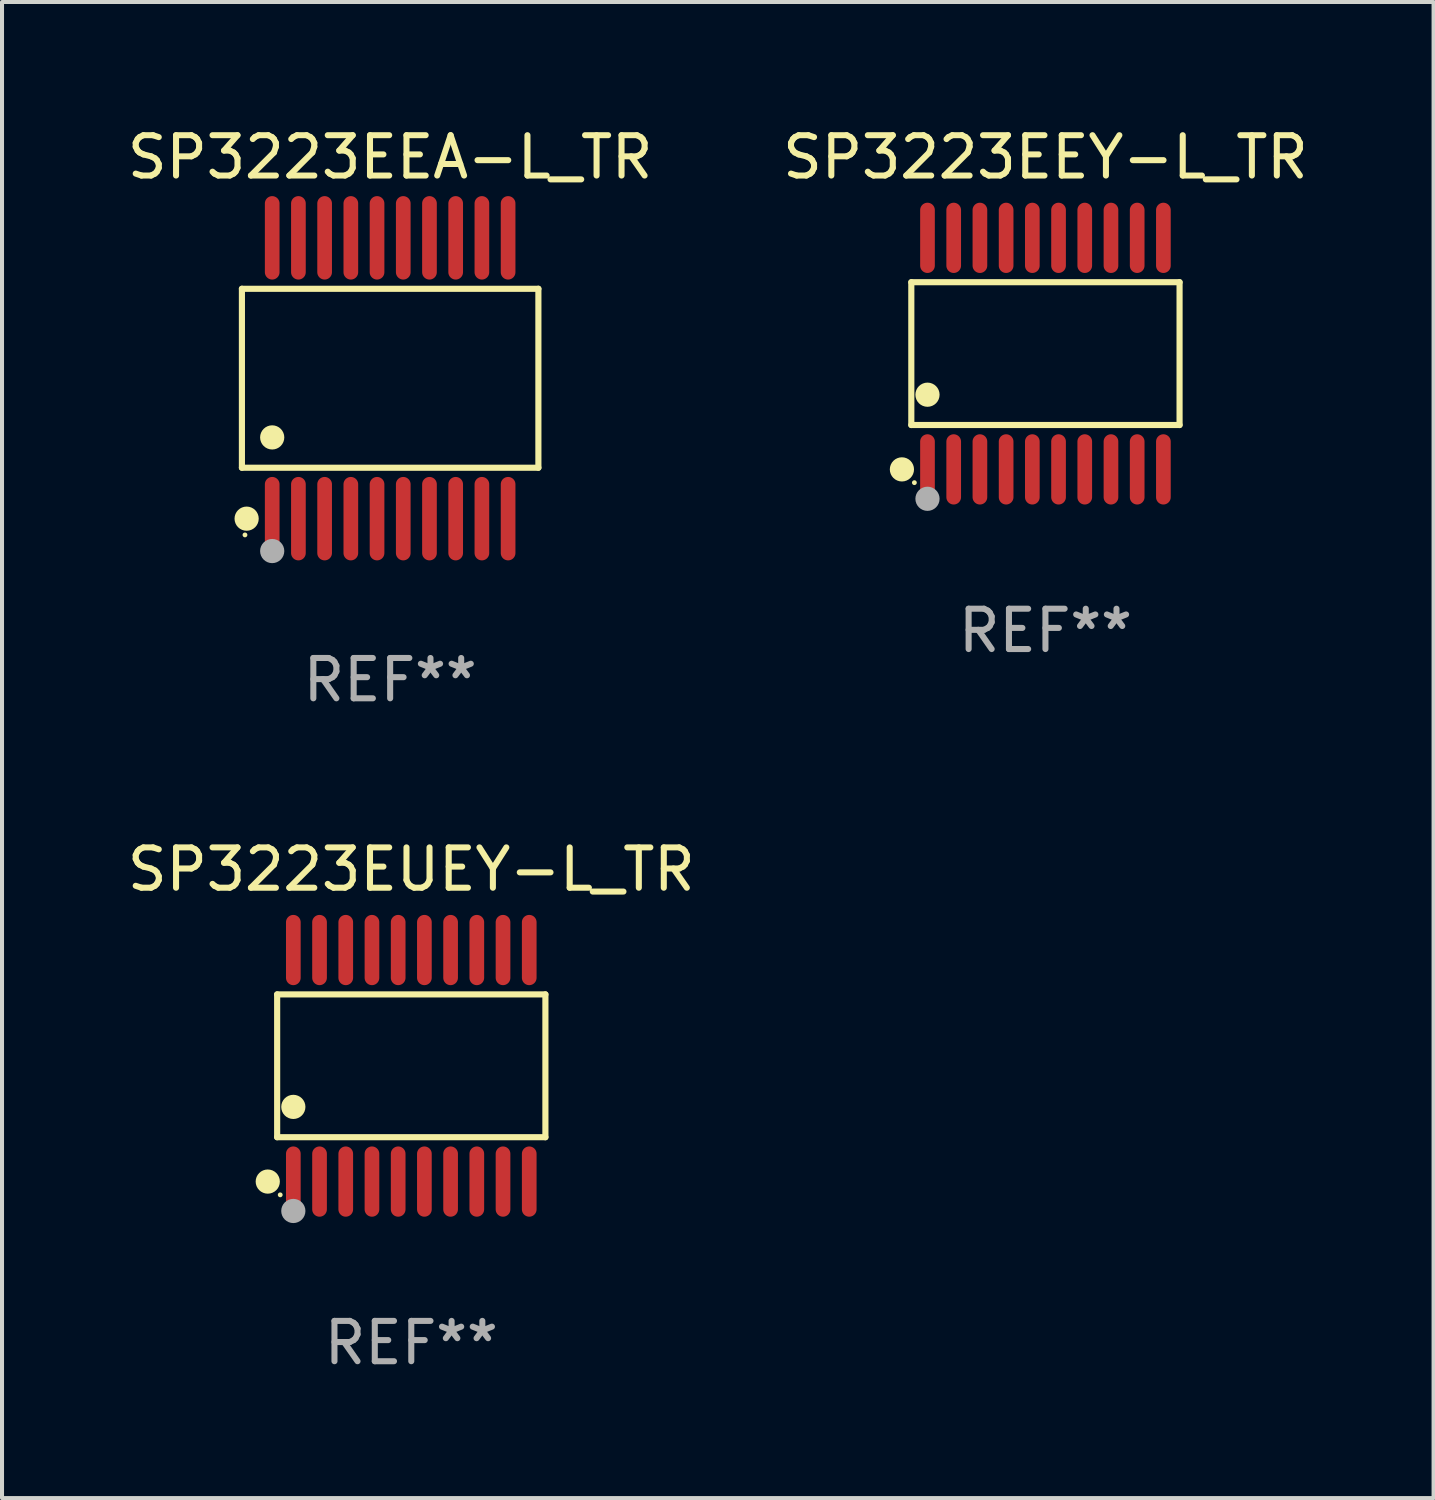
<source format=kicad_pcb>
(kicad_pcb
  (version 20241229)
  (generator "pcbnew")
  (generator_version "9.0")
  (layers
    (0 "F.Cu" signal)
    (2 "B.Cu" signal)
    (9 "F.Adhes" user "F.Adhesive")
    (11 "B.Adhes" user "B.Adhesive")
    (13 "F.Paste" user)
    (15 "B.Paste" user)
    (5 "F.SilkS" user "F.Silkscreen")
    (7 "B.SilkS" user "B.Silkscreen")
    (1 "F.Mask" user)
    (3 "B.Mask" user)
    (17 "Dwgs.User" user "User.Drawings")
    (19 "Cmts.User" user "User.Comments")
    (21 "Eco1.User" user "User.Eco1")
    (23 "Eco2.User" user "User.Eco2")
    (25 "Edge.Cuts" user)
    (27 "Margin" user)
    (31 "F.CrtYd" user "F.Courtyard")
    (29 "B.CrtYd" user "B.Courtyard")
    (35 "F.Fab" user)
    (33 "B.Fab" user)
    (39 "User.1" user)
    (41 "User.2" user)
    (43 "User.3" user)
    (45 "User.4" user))
  (footprint "SP3223EEY-L_TR"
    (layer "F.Cu")
    (at 22.875 5.719)
    (property "Reference" "SP3223EEY-L_TR" (at 0 -4.871 0) (layer "F.SilkS") (effects (font (size 1 1) (thickness 0.15))))
    (attr through_hole)
    (fp_line (start -3.326 -1.771) (end 3.326 -1.771) (stroke (width 0.152) (type solid)) (layer "F.SilkS"))
    (fp_line (start -3.326 1.771) (end -3.326 -1.771) (stroke (width 0.152) (type solid)) (layer "F.SilkS"))
    (fp_line (start 3.326 -1.771) (end 3.326 1.771) (stroke (width 0.152) (type solid)) (layer "F.SilkS"))
    (fp_line (start 3.326 1.771) (end -3.326 1.771) (stroke (width 0.152) (type solid)) (layer "F.SilkS"))
    (fp_circle (center -3.559 2.871) (end -3.409 2.871) (stroke (width 0.3) (type solid)) (fill no) (layer "F.SilkS"))
    (fp_circle (center -3.25 3.2) (end -3.22 3.2) (stroke (width 0.06) (type solid)) (fill no) (layer "F.SilkS"))
    (fp_circle (center -2.925 1.019) (end -2.775 1.019) (stroke (width 0.3) (type solid)) (fill no) (layer "F.SilkS"))
    (fp_circle (center -2.925 3.6) (end -2.775 3.6) (stroke (width 0.3) (type solid)) (fill no) (layer "F.Fab"))
    (fp_text user "REF**" (at 0 6.871 0) (layer "F.Fab") (effects (font (size 1 1) (thickness 0.15))))
    (pad "1" smd oval (at -2.925 2.871) (size 0.364 1.742) (layers "F.Cu" "F.Mask" "F.Paste"))
    (pad "2" smd oval (at -2.275 2.871) (size 0.364 1.742) (layers "F.Cu" "F.Mask" "F.Paste"))
    (pad "3" smd oval (at -1.625 2.871) (size 0.364 1.742) (layers "F.Cu" "F.Mask" "F.Paste"))
    (pad "4" smd oval (at -0.975 2.871) (size 0.364 1.742) (layers "F.Cu" "F.Mask" "F.Paste"))
    (pad "5" smd oval (at -0.325 2.871) (size 0.364 1.742) (layers "F.Cu" "F.Mask" "F.Paste"))
    (pad "6" smd oval (at 0.325 2.871) (size 0.364 1.742) (layers "F.Cu" "F.Mask" "F.Paste"))
    (pad "7" smd oval (at 0.975 2.871) (size 0.364 1.742) (layers "F.Cu" "F.Mask" "F.Paste"))
    (pad "8" smd oval (at 1.625 2.871) (size 0.364 1.742) (layers "F.Cu" "F.Mask" "F.Paste"))
    (pad "9" smd oval (at 2.275 2.871) (size 0.364 1.742) (layers "F.Cu" "F.Mask" "F.Paste"))
    (pad "10" smd oval (at 2.925 2.871) (size 0.364 1.742) (layers "F.Cu" "F.Mask" "F.Paste"))
    (pad "11" smd oval (at 2.925 -2.871) (size 0.364 1.742) (layers "F.Cu" "F.Mask" "F.Paste"))
    (pad "12" smd oval (at 2.275 -2.871) (size 0.364 1.742) (layers "F.Cu" "F.Mask" "F.Paste"))
    (pad "13" smd oval (at 1.625 -2.871) (size 0.364 1.742) (layers "F.Cu" "F.Mask" "F.Paste"))
    (pad "14" smd oval (at 0.975 -2.871) (size 0.364 1.742) (layers "F.Cu" "F.Mask" "F.Paste"))
    (pad "15" smd oval (at 0.325 -2.871) (size 0.364 1.742) (layers "F.Cu" "F.Mask" "F.Paste"))
    (pad "16" smd oval (at -0.325 -2.871) (size 0.364 1.742) (layers "F.Cu" "F.Mask" "F.Paste"))
    (pad "17" smd oval (at -0.975 -2.871) (size 0.364 1.742) (layers "F.Cu" "F.Mask" "F.Paste"))
    (pad "18" smd oval (at -1.625 -2.871) (size 0.364 1.742) (layers "F.Cu" "F.Mask" "F.Paste"))
    (pad "19" smd oval (at -2.275 -2.871) (size 0.364 1.742) (layers "F.Cu" "F.Mask" "F.Paste"))
    (pad "20" smd oval (at -2.925 -2.871) (size 0.364 1.742) (layers "F.Cu" "F.Mask" "F.Paste")))
  (footprint "SP3223EUEY-L_TR"
    (layer "F.Cu")
    (at 7.149 23.38)
    (property "Reference" "SP3223EUEY-L_TR" (at 0 -4.871 0) (layer "F.SilkS") (effects (font (size 1 1) (thickness 0.15))))
    (attr through_hole)
    (fp_line (start -3.326 -1.771) (end 3.326 -1.771) (stroke (width 0.152) (type solid)) (layer "F.SilkS"))
    (fp_line (start -3.326 1.771) (end -3.326 -1.771) (stroke (width 0.152) (type solid)) (layer "F.SilkS"))
    (fp_line (start 3.326 -1.771) (end 3.326 1.771) (stroke (width 0.152) (type solid)) (layer "F.SilkS"))
    (fp_line (start 3.326 1.771) (end -3.326 1.771) (stroke (width 0.152) (type solid)) (layer "F.SilkS"))
    (fp_circle (center -3.559 2.871) (end -3.409 2.871) (stroke (width 0.3) (type solid)) (fill no) (layer "F.SilkS"))
    (fp_circle (center -3.25 3.2) (end -3.22 3.2) (stroke (width 0.06) (type solid)) (fill no) (layer "F.SilkS"))
    (fp_circle (center -2.925 1.019) (end -2.775 1.019) (stroke (width 0.3) (type solid)) (fill no) (layer "F.SilkS"))
    (fp_circle (center -2.925 3.6) (end -2.775 3.6) (stroke (width 0.3) (type solid)) (fill no) (layer "F.Fab"))
    (fp_text user "REF**" (at 0 6.871 0) (layer "F.Fab") (effects (font (size 1 1) (thickness 0.15))))
    (pad "1" smd oval (at -2.925 2.871) (size 0.364 1.742) (layers "F.Cu" "F.Mask" "F.Paste"))
    (pad "2" smd oval (at -2.275 2.871) (size 0.364 1.742) (layers "F.Cu" "F.Mask" "F.Paste"))
    (pad "3" smd oval (at -1.625 2.871) (size 0.364 1.742) (layers "F.Cu" "F.Mask" "F.Paste"))
    (pad "4" smd oval (at -0.975 2.871) (size 0.364 1.742) (layers "F.Cu" "F.Mask" "F.Paste"))
    (pad "5" smd oval (at -0.325 2.871) (size 0.364 1.742) (layers "F.Cu" "F.Mask" "F.Paste"))
    (pad "6" smd oval (at 0.325 2.871) (size 0.364 1.742) (layers "F.Cu" "F.Mask" "F.Paste"))
    (pad "7" smd oval (at 0.975 2.871) (size 0.364 1.742) (layers "F.Cu" "F.Mask" "F.Paste"))
    (pad "8" smd oval (at 1.625 2.871) (size 0.364 1.742) (layers "F.Cu" "F.Mask" "F.Paste"))
    (pad "9" smd oval (at 2.275 2.871) (size 0.364 1.742) (layers "F.Cu" "F.Mask" "F.Paste"))
    (pad "10" smd oval (at 2.925 2.871) (size 0.364 1.742) (layers "F.Cu" "F.Mask" "F.Paste"))
    (pad "11" smd oval (at 2.925 -2.871) (size 0.364 1.742) (layers "F.Cu" "F.Mask" "F.Paste"))
    (pad "12" smd oval (at 2.275 -2.871) (size 0.364 1.742) (layers "F.Cu" "F.Mask" "F.Paste"))
    (pad "13" smd oval (at 1.625 -2.871) (size 0.364 1.742) (layers "F.Cu" "F.Mask" "F.Paste"))
    (pad "14" smd oval (at 0.975 -2.871) (size 0.364 1.742) (layers "F.Cu" "F.Mask" "F.Paste"))
    (pad "15" smd oval (at 0.325 -2.871) (size 0.364 1.742) (layers "F.Cu" "F.Mask" "F.Paste"))
    (pad "16" smd oval (at -0.325 -2.871) (size 0.364 1.742) (layers "F.Cu" "F.Mask" "F.Paste"))
    (pad "17" smd oval (at -0.975 -2.871) (size 0.364 1.742) (layers "F.Cu" "F.Mask" "F.Paste"))
    (pad "18" smd oval (at -1.625 -2.871) (size 0.364 1.742) (layers "F.Cu" "F.Mask" "F.Paste"))
    (pad "19" smd oval (at -2.275 -2.871) (size 0.364 1.742) (layers "F.Cu" "F.Mask" "F.Paste"))
    (pad "20" smd oval (at -2.925 -2.871) (size 0.364 1.742) (layers "F.Cu" "F.Mask" "F.Paste")))
  (footprint "SP3223EEA-L_TR"
    (layer "F.Cu")
    (at 6.625 6.33)
    (property "Reference" "SP3223EEA-L_TR" (at 0 -5.482 0) (layer "F.SilkS") (effects (font (size 1 1) (thickness 0.15))))
    (attr through_hole)
    (fp_line (start -3.676 -2.219) (end 3.676 -2.219) (stroke (width 0.152) (type solid)) (layer "F.SilkS"))
    (fp_line (start -3.676 2.219) (end -3.676 -2.219) (stroke (width 0.152) (type solid)) (layer "F.SilkS"))
    (fp_line (start 3.676 -2.219) (end 3.676 2.219) (stroke (width 0.152) (type solid)) (layer "F.SilkS"))
    (fp_line (start 3.676 2.219) (end -3.676 2.219) (stroke (width 0.152) (type solid)) (layer "F.SilkS"))
    (fp_circle (center -3.6 3.885) (end -3.57 3.885) (stroke (width 0.06) (type solid)) (fill no) (layer "F.SilkS"))
    (fp_circle (center -3.559 3.482) (end -3.409 3.482) (stroke (width 0.3) (type solid)) (fill no) (layer "F.SilkS"))
    (fp_circle (center -2.925 1.467) (end -2.775 1.467) (stroke (width 0.3) (type solid)) (fill no) (layer "F.SilkS"))
    (fp_circle (center -2.925 4.285) (end -2.775 4.285) (stroke (width 0.3) (type solid)) (fill no) (layer "F.Fab"))
    (fp_text user "REF**" (at 0 7.482 0) (layer "F.Fab") (effects (font (size 1 1) (thickness 0.15))))
    (pad "1" smd oval (at -2.925 3.482) (size 0.364 2.069) (layers "F.Cu" "F.Mask" "F.Paste"))
    (pad "2" smd oval (at -2.275 3.482) (size 0.364 2.069) (layers "F.Cu" "F.Mask" "F.Paste"))
    (pad "3" smd oval (at -1.625 3.482) (size 0.364 2.069) (layers "F.Cu" "F.Mask" "F.Paste"))
    (pad "4" smd oval (at -0.975 3.482) (size 0.364 2.069) (layers "F.Cu" "F.Mask" "F.Paste"))
    (pad "5" smd oval (at -0.325 3.482) (size 0.364 2.069) (layers "F.Cu" "F.Mask" "F.Paste"))
    (pad "6" smd oval (at 0.325 3.482) (size 0.364 2.069) (layers "F.Cu" "F.Mask" "F.Paste"))
    (pad "7" smd oval (at 0.975 3.482) (size 0.364 2.069) (layers "F.Cu" "F.Mask" "F.Paste"))
    (pad "8" smd oval (at 1.625 3.482) (size 0.364 2.069) (layers "F.Cu" "F.Mask" "F.Paste"))
    (pad "9" smd oval (at 2.275 3.482) (size 0.364 2.069) (layers "F.Cu" "F.Mask" "F.Paste"))
    (pad "10" smd oval (at 2.925 3.482) (size 0.364 2.069) (layers "F.Cu" "F.Mask" "F.Paste"))
    (pad "11" smd oval (at 2.925 -3.482) (size 0.364 2.069) (layers "F.Cu" "F.Mask" "F.Paste"))
    (pad "12" smd oval (at 2.275 -3.482) (size 0.364 2.069) (layers "F.Cu" "F.Mask" "F.Paste"))
    (pad "13" smd oval (at 1.625 -3.482) (size 0.364 2.069) (layers "F.Cu" "F.Mask" "F.Paste"))
    (pad "14" smd oval (at 0.975 -3.482) (size 0.364 2.069) (layers "F.Cu" "F.Mask" "F.Paste"))
    (pad "15" smd oval (at 0.325 -3.482) (size 0.364 2.069) (layers "F.Cu" "F.Mask" "F.Paste"))
    (pad "16" smd oval (at -0.325 -3.482) (size 0.364 2.069) (layers "F.Cu" "F.Mask" "F.Paste"))
    (pad "17" smd oval (at -0.975 -3.482) (size 0.364 2.069) (layers "F.Cu" "F.Mask" "F.Paste"))
    (pad "18" smd oval (at -1.625 -3.482) (size 0.364 2.069) (layers "F.Cu" "F.Mask" "F.Paste"))
    (pad "19" smd oval (at -2.275 -3.482) (size 0.364 2.069) (layers "F.Cu" "F.Mask" "F.Paste"))
    (pad "20" smd oval (at -2.925 -3.482) (size 0.364 2.069) (layers "F.Cu" "F.Mask" "F.Paste")))
  (gr_rect
    (start -3 -3)
    (end 32.5 34.099)
    (stroke (width 0.1) (type default))
    (fill no)
    (layer "Edge.Cuts")))
</source>
